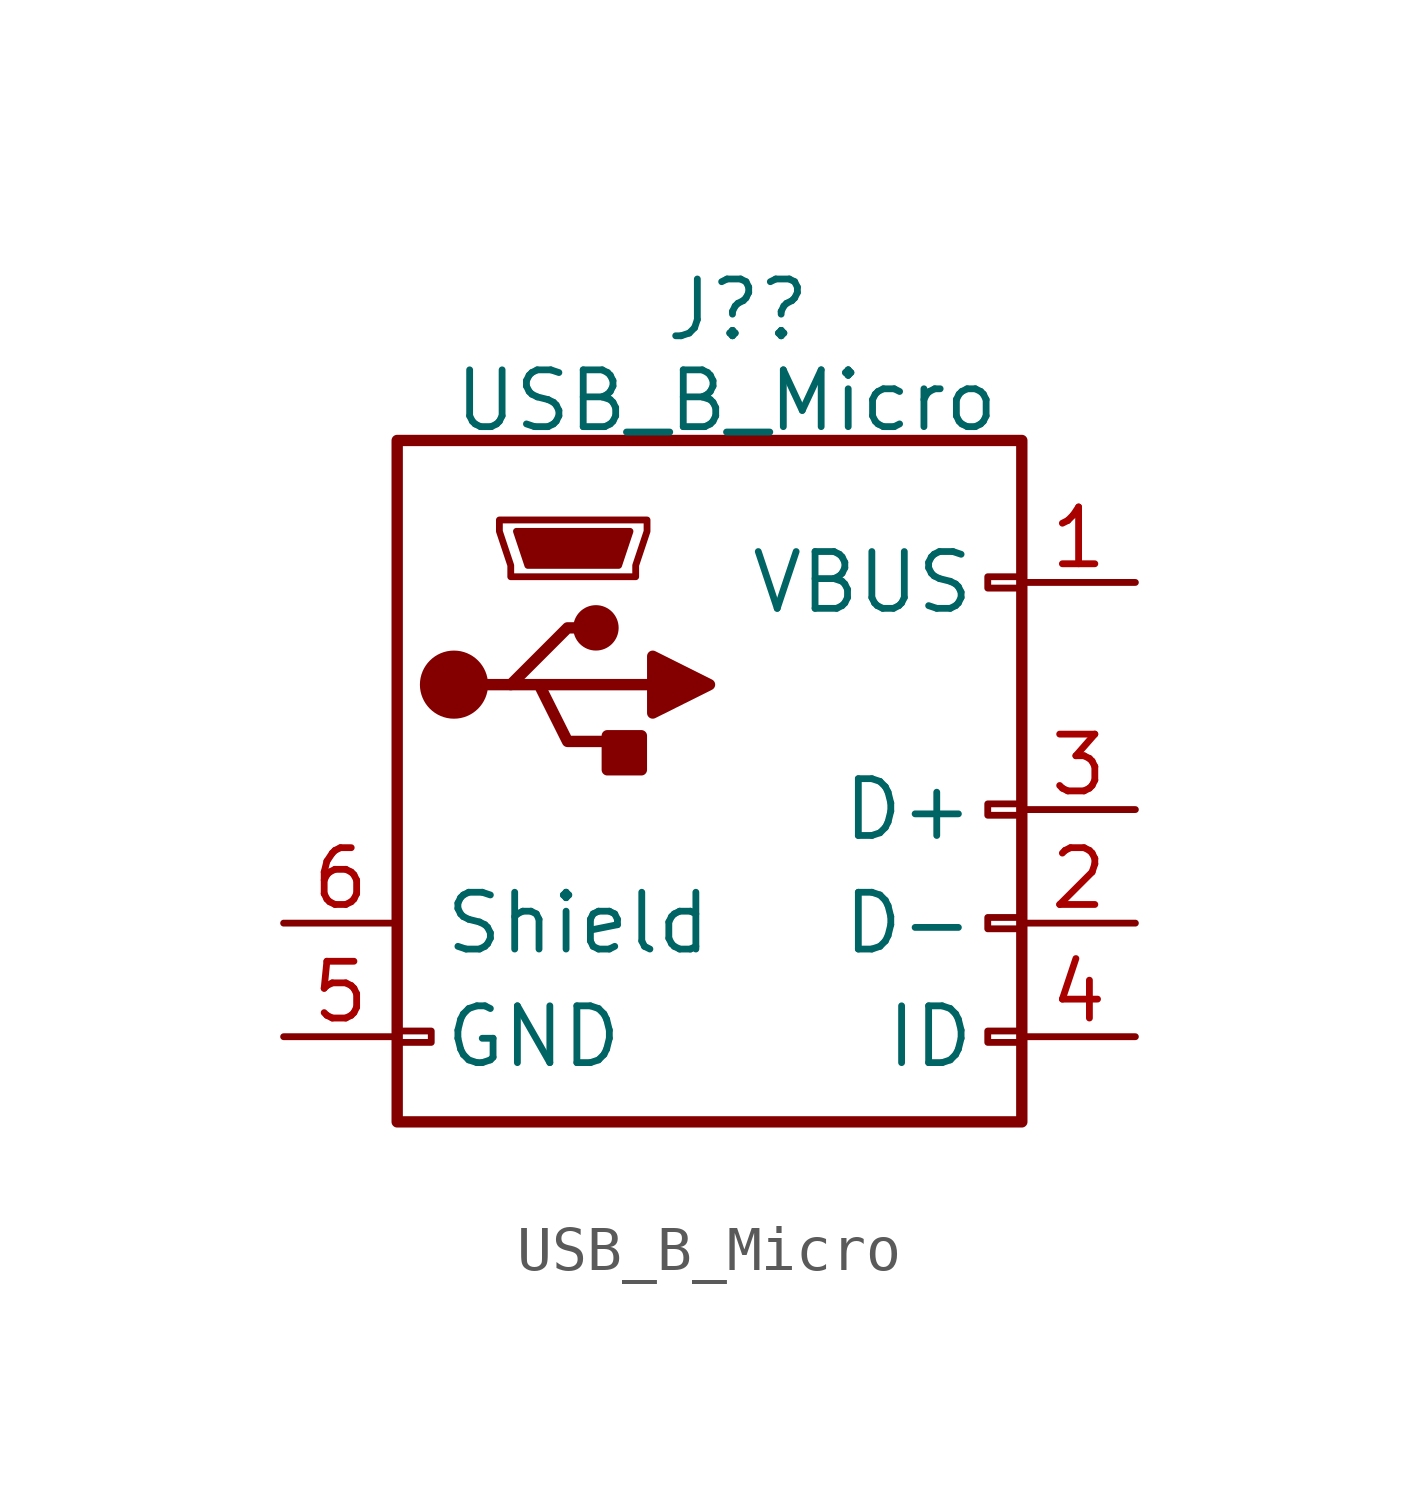
<source format=kicad_sym>
(kicad_symbol_lib
  (version 20241209)
  (generator "kicad_symbol_editor")
  (generator_version "9.0")
  (symbol "USB_B_Micro"
    (pin_names
      (offset 1.016))
    (property "Reference" "J?"
      (at 0 11.176 0)
      (effects (font (size 1.27 1.27))))
    (property "Value" "USB_B_Micro"
      (at -0.254 9.144 0)
      (effects (font (size 1.27 1.27))))
    (symbol "USB_B_Micro_0_1"
      (rectangle (start -7.62 -4.953) (end -6.858 -5.207) (stroke (width 0) (type default)) (fill (type none)))
      (circle (center -6.35 2.794) (radius 0.635) (stroke (width 0.254) (type default)) (fill (type outline)))
      (polyline (pts (xy -5.715 2.794) (xy -5.08 2.794) (xy -3.81 4.064) (xy -3.175 4.064)) (stroke (width 0.254) (type default)) (fill (type none)))
      (polyline (pts (xy -5.334 6.477) (xy -5.334 6.223) (xy -5.08 5.461) (xy -5.08 5.207) (xy -2.286 5.207) (xy -2.286 5.461) (xy -2.032 6.223) (xy -2.032 6.477) (xy -5.334 6.477)) (stroke (width 0) (type default)) (fill (type none)))
      (polyline (pts (xy -5.08 2.794) (xy -4.445 2.794) (xy -3.81 1.524) (xy -2.54 1.524)) (stroke (width 0.254) (type default)) (fill (type none)))
      (polyline (pts (xy -4.953 6.223) (xy -2.413 6.223) (xy -2.667 5.461) (xy -4.699 5.461) (xy -4.953 6.223)) (stroke (width 0) (type default)) (fill (type outline)))
      (polyline (pts (xy -4.445 2.794) (xy -1.905 2.794)) (stroke (width 0.254) (type default)) (fill (type none)))
      (circle (center -3.175 4.064) (radius 0.381) (stroke (width 0.254) (type default)) (fill (type outline)))
      (rectangle (start -2.921 1.651) (end -2.159 0.889) (stroke (width 0.254) (type default)) (fill (type outline)))
      (polyline (pts (xy -1.905 3.429) (xy -1.905 2.159) (xy -0.635 2.794) (xy -1.905 3.429)) (stroke (width 0.254) (type default)) (fill (type outline)))
      (rectangle (start 6.35 4.953) (end 5.588 5.207) (stroke (width 0) (type default)) (fill (type none)))
      (rectangle (start 6.35 -0.127) (end 5.588 0.127) (stroke (width 0) (type default)) (fill (type none)))
      (rectangle (start 6.35 -2.667) (end 5.588 -2.413) (stroke (width 0) (type default)) (fill (type none)))
      (rectangle (start 6.35 -5.207) (end 5.588 -4.953) (stroke (width 0) (type default)) (fill (type none))))
    (symbol "USB_B_Micro_1_1"
      (rectangle (start -7.62 8.255) (end 6.35 -6.985) (stroke (width 0.254) (type solid)) (fill (type color) (color 255 255 255 1)))
      (pin passive line (at -10.16 -2.54 0) (length 2.54) (name "Shield" (effects (font (size 1.27 1.27)))) (number "6" (effects (font (size 1.27 1.27)))))
      (pin power_in line (at -10.16 -5.08 0) (length 2.54) (name "GND" (effects (font (size 1.27 1.27)))) (number "5" (effects (font (size 1.27 1.27)))))
      (pin power_in line (at 8.89 5.08 180) (length 2.54) (name "VBUS" (effects (font (size 1.27 1.27)))) (number "1" (effects (font (size 1.27 1.27)))))
      (pin bidirectional line (at 8.89 0 180) (length 2.54) (name "D+" (effects (font (size 1.27 1.27)))) (number "3" (effects (font (size 1.27 1.27)))))
      (pin bidirectional line (at 8.89 -2.54 180) (length 2.54) (name "D-" (effects (font (size 1.27 1.27)))) (number "2" (effects (font (size 1.27 1.27)))))
      (pin passive line (at 8.89 -5.08 180) (length 2.54) (name "ID" (effects (font (size 1.27 1.27)))) (number "4" (effects (font (size 1.27 1.27))))))))
</source>
